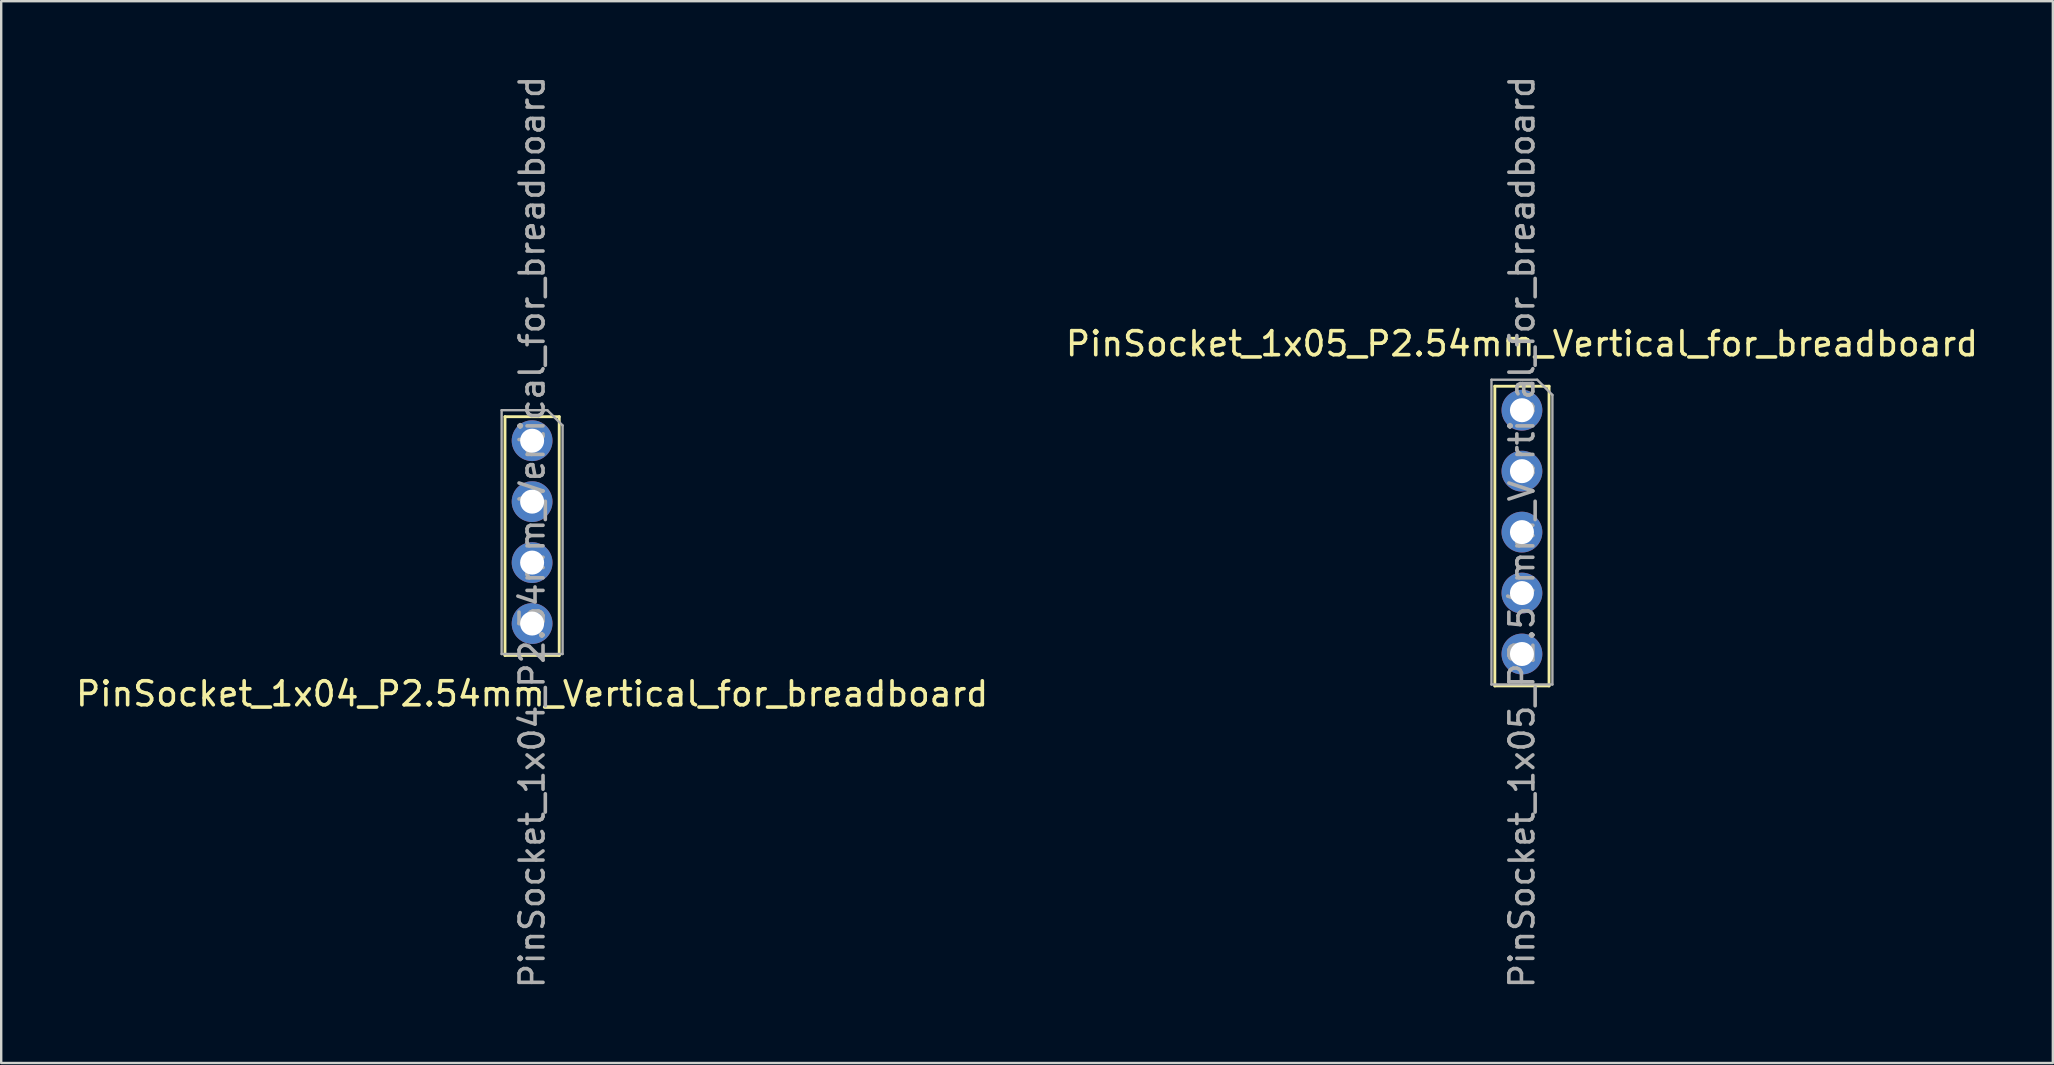
<source format=kicad_pcb>
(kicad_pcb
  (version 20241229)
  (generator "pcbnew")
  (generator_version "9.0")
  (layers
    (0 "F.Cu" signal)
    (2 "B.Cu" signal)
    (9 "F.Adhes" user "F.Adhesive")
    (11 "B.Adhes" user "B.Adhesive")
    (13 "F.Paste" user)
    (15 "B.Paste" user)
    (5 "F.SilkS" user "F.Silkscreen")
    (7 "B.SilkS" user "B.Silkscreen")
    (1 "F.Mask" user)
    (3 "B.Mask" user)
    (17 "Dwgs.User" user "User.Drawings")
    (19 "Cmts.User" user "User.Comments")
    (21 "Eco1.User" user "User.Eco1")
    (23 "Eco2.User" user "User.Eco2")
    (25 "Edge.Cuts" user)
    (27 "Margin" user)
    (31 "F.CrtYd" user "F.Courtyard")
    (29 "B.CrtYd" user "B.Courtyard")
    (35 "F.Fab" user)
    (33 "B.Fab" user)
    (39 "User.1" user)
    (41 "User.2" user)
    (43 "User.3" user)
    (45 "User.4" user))
  (footprint "PinSocket_1x05_P2.54mm_Vertical_for_breadboard"
    (layer "F.Cu")
    (at 60.375 14.045)
    (property "Reference" "PinSocket_1x05_P2.54mm_Vertical_for_breadboard" (at 0 -2.77 0) (layer "F.SilkS") (effects (font (size 1 1) (thickness 0.15))))
    (attr through_hole)
    (fp_line (start -1.13 -1) (end -1.13 11.49) (stroke (width 0.12) (type solid)) (layer "F.SilkS"))
    (fp_line (start -1.13 -1) (end 1.13 -1) (stroke (width 0.12) (type solid)) (layer "F.SilkS"))
    (fp_line (start -1.13 11.49) (end 1.13 11.49) (stroke (width 0.12) (type solid)) (layer "F.SilkS"))
    (fp_line (start 1.13 -1) (end 1.13 11.49) (stroke (width 0.12) (type solid)) (layer "F.SilkS"))
    (fp_line (start -1.27 -1.27) (end 0.635 -1.27) (stroke (width 0.1) (type solid)) (layer "F.Fab"))
    (fp_line (start -1.27 11.43) (end -1.27 -1.27) (stroke (width 0.1) (type solid)) (layer "F.Fab"))
    (fp_line (start 0.635 -1.27) (end 1.27 -0.635) (stroke (width 0.1) (type solid)) (layer "F.Fab"))
    (fp_line (start 1.27 -0.635) (end 1.27 11.43) (stroke (width 0.1) (type solid)) (layer "F.Fab"))
    (fp_line (start 1.27 11.43) (end -1.27 11.43) (stroke (width 0.1) (type solid)) (layer "F.Fab"))
    (fp_text user "${REFERENCE}" (at 0 5.08 270) (layer "F.Fab") (effects (font (size 1 1) (thickness 0.15))))
    (pad "1" thru_hole circle (at 0 0) (size 1.7 1.7) (drill 1) (layers "*.Cu" "*.Mask"))
    (pad "2" thru_hole circle (at 0 2.54) (size 1.7 1.7) (drill 1) (layers "*.Cu" "*.Mask"))
    (pad "3" thru_hole circle (at 0 5.08) (size 1.7 1.7) (drill 1) (layers "*.Cu" "*.Mask"))
    (pad "4" thru_hole circle (at 0 7.62) (size 1.7 1.7) (drill 1) (layers "*.Cu" "*.Mask"))
    (pad "5" thru_hole circle (at 0 10.16) (size 1.7 1.7) (drill 1) (layers "*.Cu" "*.Mask")))
  (footprint "PinSocket_1x04_P2.54mm_Vertical_for_breadboard"
    (layer "F.Cu")
    (at 19.125 15.315)
    (property "Reference" "PinSocket_1x04_P2.54mm_Vertical_for_breadboard" (at 0 10.55 0) (layer "F.SilkS") (effects (font (size 1 1) (thickness 0.15))))
    (attr through_hole)
    (fp_line (start -1.13 -1) (end -1.13 8.95) (stroke (width 0.12) (type solid)) (layer "F.SilkS"))
    (fp_line (start -1.13 -1) (end 1.13 -1) (stroke (width 0.12) (type solid)) (layer "F.SilkS"))
    (fp_line (start -1.13 8.95) (end 1.13 8.95) (stroke (width 0.12) (type solid)) (layer "F.SilkS"))
    (fp_line (start 1.13 -1) (end 1.13 8.95) (stroke (width 0.12) (type solid)) (layer "F.SilkS"))
    (fp_line (start -1.27 -1.27) (end 0.635 -1.27) (stroke (width 0.1) (type solid)) (layer "F.Fab"))
    (fp_line (start -1.27 8.89) (end -1.27 -1.27) (stroke (width 0.1) (type solid)) (layer "F.Fab"))
    (fp_line (start 0.635 -1.27) (end 1.27 -0.635) (stroke (width 0.1) (type solid)) (layer "F.Fab"))
    (fp_line (start 1.27 -0.635) (end 1.27 8.89) (stroke (width 0.1) (type solid)) (layer "F.Fab"))
    (fp_line (start 1.27 8.89) (end -1.27 8.89) (stroke (width 0.1) (type solid)) (layer "F.Fab"))
    (fp_text user "${REFERENCE}" (at 0 3.81 90) (layer "F.Fab") (effects (font (size 1 1) (thickness 0.15))))
    (pad "1" thru_hole circle (at 0 0) (size 1.7 1.7) (drill 1) (layers "*.Cu" "*.Mask"))
    (pad "2" thru_hole circle (at 0 2.54) (size 1.7 1.7) (drill 1) (layers "*.Cu" "*.Mask"))
    (pad "3" thru_hole circle (at 0 5.08) (size 1.7 1.7) (drill 1) (layers "*.Cu" "*.Mask"))
    (pad "4" thru_hole circle (at 0 7.62) (size 1.7 1.7) (drill 1) (layers "*.Cu" "*.Mask")))
  (gr_rect
    (start -3 -3)
    (end 82.5 41.25)
    (stroke (width 0.1) (type default))
    (fill no)
    (layer "Edge.Cuts")))
</source>
